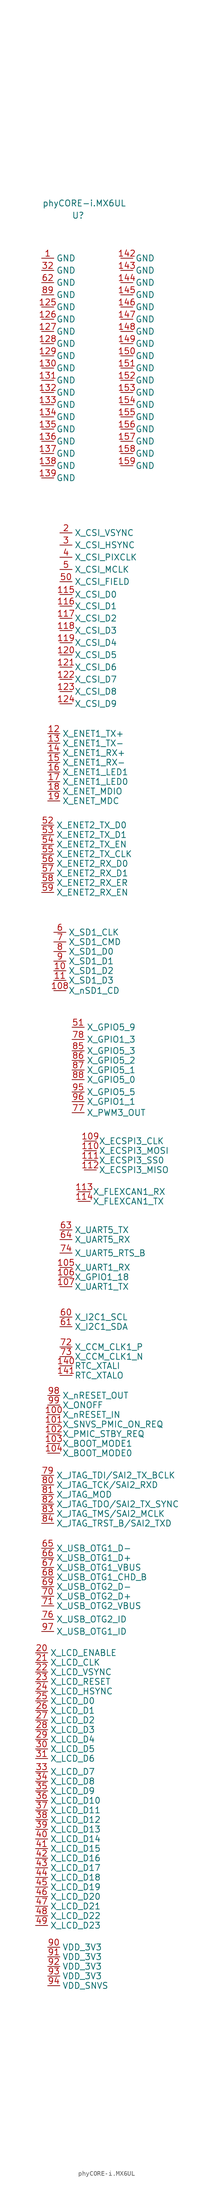
<source format=kicad_sym>
(kicad_symbol_lib
  (version 20211014)
  (generator kicad_symbol_editor)
  (symbol "phyCORE-i.MX6UL"
    (property "Reference" "U"
      (at 0 0 0)
      (effects (font (size 1.27 1.27))))
    (property "Value" "phyCORE-i.MX6UL"
      (at 1.27 2.54 0)
      (effects (font (size 1.27 1.27))))
    (property "ki_locked" ""
      (at 0 0 0)
      (effects (font (size 1.27 1.27))))
    (symbol "phyCORE-i.MX6UL_0_0"
      (pin power_in line (at -7.62 -8.89 0) (length 2.54) (name "GND" (effects (font (size 1.27 1.27)))) (number "1" (effects (font (size 1.27 1.27)))))
      (pin bidirectional line (at -5.08 -157.16 0) (length 2.54) (name "X_SD1_D2" (effects (font (size 1.27 1.27)))) (number "10" (effects (font (size 1.27 1.27)))))
      (pin input line (at -6.35 -249.53 0) (length 2.54) (name "X_nRESET_IN" (effects (font (size 1.27 1.27)))) (number "100" (effects (font (size 1.27 1.27)))))
      (pin output line (at -6.35 -251.53 0) (length 2.54) (name "X_SNVS_PMIC_ON_REQ" (effects (font (size 1.27 1.27)))) (number "101" (effects (font (size 1.27 1.27)))))
      (pin output line (at -6.35 -253.53 0) (length 2.54) (name "X_PMIC_STBY_REQ" (effects (font (size 1.27 1.27)))) (number "102" (effects (font (size 1.27 1.27)))))
      (pin input line (at -6.35 -255.53 0) (length 2.54) (name "X_BOOT_MODE1" (effects (font (size 1.27 1.27)))) (number "103" (effects (font (size 1.27 1.27)))))
      (pin input line (at -6.35 -257.53 0) (length 2.54) (name "X_BOOT_MODE0" (effects (font (size 1.27 1.27)))) (number "104" (effects (font (size 1.27 1.27)))))
      (pin input line (at -3.81 -218.89 0) (length 2.54) (name "X_UART1_RX" (effects (font (size 1.27 1.27)))) (number "105" (effects (font (size 1.27 1.27)))))
      (pin output line (at -3.81 -220.89 0) (length 2.54) (name "X_GPIO1_18" (effects (font (size 1.27 1.27)))) (number "106" (effects (font (size 1.27 1.27)))))
      (pin output line (at -3.81 -222.89 0) (length 2.54) (name "X_UART1_TX" (effects (font (size 1.27 1.27)))) (number "107" (effects (font (size 1.27 1.27)))))
      (pin input line (at -5.08 -161.29 0) (length 2.54) (name "X_nSD1_CD" (effects (font (size 1.27 1.27)))) (number "108" (effects (font (size 1.27 1.27)))))
      (pin bidirectional line (at 1.27 -192.6 0) (length 2.54) (name "X_ECSPI3_CLK" (effects (font (size 1.27 1.27)))) (number "109" (effects (font (size 1.27 1.27)))))
      (pin bidirectional line (at -5.08 -159.16 0) (length 2.54) (name "X_SD1_D3" (effects (font (size 1.27 1.27)))) (number "11" (effects (font (size 1.27 1.27)))))
      (pin bidirectional line (at 1.27 -194.6 0) (length 2.54) (name "X_ECSPI3_MOSI" (effects (font (size 1.27 1.27)))) (number "110" (effects (font (size 1.27 1.27)))))
      (pin bidirectional line (at 1.27 -196.6 0) (length 2.54) (name "X_ECSPI3_SS0" (effects (font (size 1.27 1.27)))) (number "111" (effects (font (size 1.27 1.27)))))
      (pin bidirectional line (at 1.27 -198.6 0) (length 2.54) (name "X_ECSPI3_MISO" (effects (font (size 1.27 1.27)))) (number "112" (effects (font (size 1.27 1.27)))))
      (pin input line (at 0 -203.14 0) (length 2.54) (name "X_FLEXCAN1_RX" (effects (font (size 1.27 1.27)))) (number "113" (effects (font (size 1.27 1.27)))))
      (pin output line (at 0 -205.14 0) (length 2.54) (name "X_FLEXCAN1_TX" (effects (font (size 1.27 1.27)))) (number "114" (effects (font (size 1.27 1.27)))))
      (pin input line (at -3.81 -78.87 0) (length 2.54) (name "X_CSI_D0" (effects (font (size 1.27 1.27)))) (number "115" (effects (font (size 1.27 1.27)))))
      (pin input line (at -3.81 -81.28 0) (length 2.54) (name "X_CSI_D1" (effects (font (size 1.27 1.27)))) (number "116" (effects (font (size 1.27 1.27)))))
      (pin input line (at -3.81 -83.82 0) (length 2.54) (name "X_CSI_D2" (effects (font (size 1.27 1.27)))) (number "117" (effects (font (size 1.27 1.27)))))
      (pin input line (at -3.81 -86.36 0) (length 2.54) (name "X_CSI_D3" (effects (font (size 1.27 1.27)))) (number "118" (effects (font (size 1.27 1.27)))))
      (pin input line (at -3.81 -88.9 0) (length 2.54) (name "X_CSI_D4" (effects (font (size 1.27 1.27)))) (number "119" (effects (font (size 1.27 1.27)))))
      (pin output line (at -6.35 -107.82 0) (length 2.54) (name "X_ENET1_TX+" (effects (font (size 1.27 1.27)))) (number "12" (effects (font (size 1.27 1.27)))))
      (pin input line (at -3.81 -91.44 0) (length 2.54) (name "X_CSI_D5" (effects (font (size 1.27 1.27)))) (number "120" (effects (font (size 1.27 1.27)))))
      (pin input line (at -3.81 -93.98 0) (length 2.54) (name "X_CSI_D6" (effects (font (size 1.27 1.27)))) (number "121" (effects (font (size 1.27 1.27)))))
      (pin input line (at -3.81 -96.52 0) (length 2.54) (name "X_CSI_D7" (effects (font (size 1.27 1.27)))) (number "122" (effects (font (size 1.27 1.27)))))
      (pin input line (at -3.81 -99.06 0) (length 2.54) (name "X_CSI_D8" (effects (font (size 1.27 1.27)))) (number "123" (effects (font (size 1.27 1.27)))))
      (pin input line (at -3.81 -101.6 0) (length 2.54) (name "X_CSI_D9" (effects (font (size 1.27 1.27)))) (number "124" (effects (font (size 1.27 1.27)))))
      (pin power_in line (at -7.62 -19.05 0) (length 2.54) (name "GND" (effects (font (size 1.27 1.27)))) (number "125" (effects (font (size 1.27 1.27)))))
      (pin power_in line (at -7.62 -21.59 0) (length 2.54) (name "GND" (effects (font (size 1.27 1.27)))) (number "126" (effects (font (size 1.27 1.27)))))
      (pin power_in line (at -7.62 -24.13 0) (length 2.54) (name "GND" (effects (font (size 1.27 1.27)))) (number "127" (effects (font (size 1.27 1.27)))))
      (pin power_in line (at -7.62 -26.67 0) (length 2.54) (name "GND" (effects (font (size 1.27 1.27)))) (number "128" (effects (font (size 1.27 1.27)))))
      (pin power_in line (at -7.62 -29.21 0) (length 2.54) (name "GND" (effects (font (size 1.27 1.27)))) (number "129" (effects (font (size 1.27 1.27)))))
      (pin output line (at -6.35 -109.82 0) (length 2.54) (name "X_ENET1_TX-" (effects (font (size 1.27 1.27)))) (number "13" (effects (font (size 1.27 1.27)))))
      (pin power_in line (at -7.62 -31.75 0) (length 2.54) (name "GND" (effects (font (size 1.27 1.27)))) (number "130" (effects (font (size 1.27 1.27)))))
      (pin power_in line (at -7.62 -34.29 0) (length 2.54) (name "GND" (effects (font (size 1.27 1.27)))) (number "131" (effects (font (size 1.27 1.27)))))
      (pin power_in line (at -7.62 -36.83 0) (length 2.54) (name "GND" (effects (font (size 1.27 1.27)))) (number "132" (effects (font (size 1.27 1.27)))))
      (pin power_in line (at -7.62 -39.37 0) (length 2.54) (name "GND" (effects (font (size 1.27 1.27)))) (number "133" (effects (font (size 1.27 1.27)))))
      (pin power_in line (at -7.62 -41.91 0) (length 2.54) (name "GND" (effects (font (size 1.27 1.27)))) (number "134" (effects (font (size 1.27 1.27)))))
      (pin power_in line (at -7.62 -44.45 0) (length 2.54) (name "GND" (effects (font (size 1.27 1.27)))) (number "135" (effects (font (size 1.27 1.27)))))
      (pin power_in line (at -7.62 -46.99 0) (length 2.54) (name "GND" (effects (font (size 1.27 1.27)))) (number "136" (effects (font (size 1.27 1.27)))))
      (pin power_in line (at -7.62 -49.53 0) (length 2.54) (name "GND" (effects (font (size 1.27 1.27)))) (number "137" (effects (font (size 1.27 1.27)))))
      (pin power_in line (at -7.62 -52.07 0) (length 2.54) (name "GND" (effects (font (size 1.27 1.27)))) (number "138" (effects (font (size 1.27 1.27)))))
      (pin power_in line (at -7.62 -54.61 0) (length 2.54) (name "GND" (effects (font (size 1.27 1.27)))) (number "139" (effects (font (size 1.27 1.27)))))
      (pin input line (at -6.35 -111.82 0) (length 2.54) (name "X_ENET1_RX+" (effects (font (size 1.27 1.27)))) (number "14" (effects (font (size 1.27 1.27)))))
      (pin unspecified line (at -3.81 -239.36 0) (length 2.54) (name "RTC_XTALI" (effects (font (size 1.27 1.27)))) (number "140" (effects (font (size 1.27 1.27)))))
      (pin unspecified line (at -3.81 -241.36 0) (length 2.54) (name "RTC_XTALO" (effects (font (size 1.27 1.27)))) (number "141" (effects (font (size 1.27 1.27)))))
      (pin power_in line (at 8.89 -8.89 0) (length 2.54) (name "GND" (effects (font (size 1.27 1.27)))) (number "142" (effects (font (size 1.27 1.27)))))
      (pin power_in line (at 8.89 -11.43 0) (length 2.54) (name "GND" (effects (font (size 1.27 1.27)))) (number "143" (effects (font (size 1.27 1.27)))))
      (pin power_in line (at 8.89 -13.97 0) (length 2.54) (name "GND" (effects (font (size 1.27 1.27)))) (number "144" (effects (font (size 1.27 1.27)))))
      (pin power_in line (at 8.89 -16.51 0) (length 2.54) (name "GND" (effects (font (size 1.27 1.27)))) (number "145" (effects (font (size 1.27 1.27)))))
      (pin power_in line (at 8.89 -19.05 0) (length 2.54) (name "GND" (effects (font (size 1.27 1.27)))) (number "146" (effects (font (size 1.27 1.27)))))
      (pin power_in line (at 8.89 -21.59 0) (length 2.54) (name "GND" (effects (font (size 1.27 1.27)))) (number "147" (effects (font (size 1.27 1.27)))))
      (pin power_in line (at 8.89 -24.13 0) (length 2.54) (name "GND" (effects (font (size 1.27 1.27)))) (number "148" (effects (font (size 1.27 1.27)))))
      (pin power_in line (at 8.89 -26.67 0) (length 2.54) (name "GND" (effects (font (size 1.27 1.27)))) (number "149" (effects (font (size 1.27 1.27)))))
      (pin input line (at -6.35 -113.82 0) (length 2.54) (name "X_ENET1_RX-" (effects (font (size 1.27 1.27)))) (number "15" (effects (font (size 1.27 1.27)))))
      (pin power_in line (at 8.89 -29.21 0) (length 2.54) (name "GND" (effects (font (size 1.27 1.27)))) (number "150" (effects (font (size 1.27 1.27)))))
      (pin power_in line (at 8.89 -31.75 0) (length 2.54) (name "GND" (effects (font (size 1.27 1.27)))) (number "151" (effects (font (size 1.27 1.27)))))
      (pin power_in line (at 8.89 -34.29 0) (length 2.54) (name "GND" (effects (font (size 1.27 1.27)))) (number "152" (effects (font (size 1.27 1.27)))))
      (pin power_in line (at 8.89 -36.83 0) (length 2.54) (name "GND" (effects (font (size 1.27 1.27)))) (number "153" (effects (font (size 1.27 1.27)))))
      (pin power_in line (at 8.89 -39.37 0) (length 2.54) (name "GND" (effects (font (size 1.27 1.27)))) (number "154" (effects (font (size 1.27 1.27)))))
      (pin power_in line (at 8.89 -41.91 0) (length 2.54) (name "GND" (effects (font (size 1.27 1.27)))) (number "155" (effects (font (size 1.27 1.27)))))
      (pin power_in line (at 8.89 -44.45 0) (length 2.54) (name "GND" (effects (font (size 1.27 1.27)))) (number "156" (effects (font (size 1.27 1.27)))))
      (pin power_in line (at 8.89 -46.99 0) (length 2.54) (name "GND" (effects (font (size 1.27 1.27)))) (number "157" (effects (font (size 1.27 1.27)))))
      (pin power_in line (at 8.89 -49.53 0) (length 2.54) (name "GND" (effects (font (size 1.27 1.27)))) (number "158" (effects (font (size 1.27 1.27)))))
      (pin power_in line (at 8.89 -52.07 0) (length 2.54) (name "GND" (effects (font (size 1.27 1.27)))) (number "159" (effects (font (size 1.27 1.27)))))
      (pin bidirectional line (at -6.35 -115.82 0) (length 2.54) (name "X_ENET1_LED1" (effects (font (size 1.27 1.27)))) (number "16" (effects (font (size 1.27 1.27)))))
      (pin bidirectional line (at -6.35 -117.82 0) (length 2.54) (name "X_ENET1_LED0" (effects (font (size 1.27 1.27)))) (number "17" (effects (font (size 1.27 1.27)))))
      (pin bidirectional line (at -6.35 -119.82 0) (length 2.54) (name "X_ENET_MDIO" (effects (font (size 1.27 1.27)))) (number "18" (effects (font (size 1.27 1.27)))))
      (pin output line (at -6.35 -121.82 0) (length 2.54) (name "X_ENET_MDC" (effects (font (size 1.27 1.27)))) (number "19" (effects (font (size 1.27 1.27)))))
      (pin input line (at -3.81 -66.04 0) (length 2.54) (name "X_CSI_VSYNC" (effects (font (size 1.27 1.27)))) (number "2" (effects (font (size 1.27 1.27)))))
      (pin output line (at -8.89 -299.08 0) (length 2.54) (name "X_LCD_ENABLE" (effects (font (size 1.27 1.27)))) (number "20" (effects (font (size 1.27 1.27)))))
      (pin output line (at -8.89 -301.08 0) (length 2.54) (name "X_LCD_CLK" (effects (font (size 1.27 1.27)))) (number "21" (effects (font (size 1.27 1.27)))))
      (pin output line (at -8.89 -303.08 0) (length 2.54) (name "X_LCD_VSYNC" (effects (font (size 1.27 1.27)))) (number "22" (effects (font (size 1.27 1.27)))))
      (pin output line (at -8.89 -305.08 0) (length 2.54) (name "X_LCD_RESET" (effects (font (size 1.27 1.27)))) (number "23" (effects (font (size 1.27 1.27)))))
      (pin output line (at -8.89 -307.08 0) (length 2.54) (name "X_LCD_HSYNC" (effects (font (size 1.27 1.27)))) (number "24" (effects (font (size 1.27 1.27)))))
      (pin output line (at -8.89 -309.08 0) (length 2.54) (name "X_LCD_D0" (effects (font (size 1.27 1.27)))) (number "25" (effects (font (size 1.27 1.27)))))
      (pin output line (at -8.89 -311.08 0) (length 2.54) (name "X_LCD_D1" (effects (font (size 1.27 1.27)))) (number "26" (effects (font (size 1.27 1.27)))))
      (pin output line (at -8.89 -313.08 0) (length 2.54) (name "X_LCD_D2" (effects (font (size 1.27 1.27)))) (number "27" (effects (font (size 1.27 1.27)))))
      (pin output line (at -8.89 -315.08 0) (length 2.54) (name "X_LCD_D3" (effects (font (size 1.27 1.27)))) (number "28" (effects (font (size 1.27 1.27)))))
      (pin output line (at -8.89 -317.08 0) (length 2.54) (name "X_LCD_D4" (effects (font (size 1.27 1.27)))) (number "29" (effects (font (size 1.27 1.27)))))
      (pin input line (at -3.81 -68.58 0) (length 2.54) (name "X_CSI_HSYNC" (effects (font (size 1.27 1.27)))) (number "3" (effects (font (size 1.27 1.27)))))
      (pin output line (at -8.89 -319.08 0) (length 2.54) (name "X_LCD_D5" (effects (font (size 1.27 1.27)))) (number "30" (effects (font (size 1.27 1.27)))))
      (pin output line (at -8.89 -321.08 0) (length 2.54) (name "X_LCD_D6" (effects (font (size 1.27 1.27)))) (number "31" (effects (font (size 1.27 1.27)))))
      (pin power_in line (at -7.62 -11.43 0) (length 2.54) (name "GND" (effects (font (size 1.27 1.27)))) (number "32" (effects (font (size 1.27 1.27)))))
      (pin output line (at -8.89 -323.81 0) (length 2.54) (name "X_LCD_D7" (effects (font (size 1.27 1.27)))) (number "33" (effects (font (size 1.27 1.27)))))
      (pin output line (at -8.89 -325.81 0) (length 2.54) (name "X_LCD_D8" (effects (font (size 1.27 1.27)))) (number "34" (effects (font (size 1.27 1.27)))))
      (pin output line (at -8.89 -327.81 0) (length 2.54) (name "X_LCD_D9" (effects (font (size 1.27 1.27)))) (number "35" (effects (font (size 1.27 1.27)))))
      (pin output line (at -8.89 -329.81 0) (length 2.54) (name "X_LCD_D10" (effects (font (size 1.27 1.27)))) (number "36" (effects (font (size 1.27 1.27)))))
      (pin output line (at -8.89 -331.81 0) (length 2.54) (name "X_LCD_D11" (effects (font (size 1.27 1.27)))) (number "37" (effects (font (size 1.27 1.27)))))
      (pin output line (at -8.89 -333.81 0) (length 2.54) (name "X_LCD_D12" (effects (font (size 1.27 1.27)))) (number "38" (effects (font (size 1.27 1.27)))))
      (pin output line (at -8.89 -335.81 0) (length 2.54) (name "X_LCD_D13" (effects (font (size 1.27 1.27)))) (number "39" (effects (font (size 1.27 1.27)))))
      (pin input line (at -3.81 -71.12 0) (length 2.54) (name "X_CSI_PIXCLK" (effects (font (size 1.27 1.27)))) (number "4" (effects (font (size 1.27 1.27)))))
      (pin output line (at -8.89 -337.81 0) (length 2.54) (name "X_LCD_D14" (effects (font (size 1.27 1.27)))) (number "40" (effects (font (size 1.27 1.27)))))
      (pin output line (at -8.89 -339.81 0) (length 2.54) (name "X_LCD_D15" (effects (font (size 1.27 1.27)))) (number "41" (effects (font (size 1.27 1.27)))))
      (pin output line (at -8.89 -341.81 0) (length 2.54) (name "X_LCD_D16" (effects (font (size 1.27 1.27)))) (number "42" (effects (font (size 1.27 1.27)))))
      (pin output line (at -8.89 -343.81 0) (length 2.54) (name "X_LCD_D17" (effects (font (size 1.27 1.27)))) (number "43" (effects (font (size 1.27 1.27)))))
      (pin output line (at -8.89 -345.81 0) (length 2.54) (name "X_LCD_D18" (effects (font (size 1.27 1.27)))) (number "44" (effects (font (size 1.27 1.27)))))
      (pin output line (at -8.89 -347.81 0) (length 2.54) (name "X_LCD_D19" (effects (font (size 1.27 1.27)))) (number "45" (effects (font (size 1.27 1.27)))))
      (pin output line (at -8.89 -349.81 0) (length 2.54) (name "X_LCD_D20" (effects (font (size 1.27 1.27)))) (number "46" (effects (font (size 1.27 1.27)))))
      (pin output line (at -8.89 -351.81 0) (length 2.54) (name "X_LCD_D21" (effects (font (size 1.27 1.27)))) (number "47" (effects (font (size 1.27 1.27)))))
      (pin output line (at -8.89 -353.81 0) (length 2.54) (name "X_LCD_D22" (effects (font (size 1.27 1.27)))) (number "48" (effects (font (size 1.27 1.27)))))
      (pin output line (at -8.89 -355.81 0) (length 2.54) (name "X_LCD_D23" (effects (font (size 1.27 1.27)))) (number "49" (effects (font (size 1.27 1.27)))))
      (pin output line (at -3.81 -73.66 0) (length 2.54) (name "X_CSI_MCLK" (effects (font (size 1.27 1.27)))) (number "5" (effects (font (size 1.27 1.27)))))
      (pin input line (at -3.81 -76.2 0) (length 2.54) (name "X_CSI_FIELD" (effects (font (size 1.27 1.27)))) (number "50" (effects (font (size 1.27 1.27)))))
      (pin bidirectional line (at -1.27 -168.91 0) (length 2.54) (name "X_GPIO5_9" (effects (font (size 1.27 1.27)))) (number "51" (effects (font (size 1.27 1.27)))))
      (pin output line (at -7.62 -126.86 0) (length 2.54) (name "X_ENET2_TX_D0" (effects (font (size 1.27 1.27)))) (number "52" (effects (font (size 1.27 1.27)))))
      (pin output line (at -7.62 -128.86 0) (length 2.54) (name "X_ENET2_TX_D1" (effects (font (size 1.27 1.27)))) (number "53" (effects (font (size 1.27 1.27)))))
      (pin output line (at -7.62 -130.86 0) (length 2.54) (name "X_ENET2_TX_EN" (effects (font (size 1.27 1.27)))) (number "54" (effects (font (size 1.27 1.27)))))
      (pin output line (at -7.62 -132.86 0) (length 2.54) (name "X_ENET2_TX_CLK" (effects (font (size 1.27 1.27)))) (number "55" (effects (font (size 1.27 1.27)))))
      (pin input line (at -7.62 -134.86 0) (length 2.54) (name "X_ENET2_RX_D0" (effects (font (size 1.27 1.27)))) (number "56" (effects (font (size 1.27 1.27)))))
      (pin input line (at -7.62 -136.86 0) (length 2.54) (name "X_ENET2_RX_D1" (effects (font (size 1.27 1.27)))) (number "57" (effects (font (size 1.27 1.27)))))
      (pin input line (at -7.62 -138.86 0) (length 2.54) (name "X_ENET2_RX_ER" (effects (font (size 1.27 1.27)))) (number "58" (effects (font (size 1.27 1.27)))))
      (pin input line (at -7.62 -140.86 0) (length 2.54) (name "X_ENET2_RX_EN" (effects (font (size 1.27 1.27)))) (number "59" (effects (font (size 1.27 1.27)))))
      (pin output line (at -5.08 -149.16 0) (length 2.54) (name "X_SD1_CLK" (effects (font (size 1.27 1.27)))) (number "6" (effects (font (size 1.27 1.27)))))
      (pin bidirectional line (at -3.81 -229.22 0) (length 2.54) (name "X_I2C1_SCL" (effects (font (size 1.27 1.27)))) (number "60" (effects (font (size 1.27 1.27)))))
      (pin bidirectional line (at -3.81 -231.22 0) (length 2.54) (name "X_I2C1_SDA" (effects (font (size 1.27 1.27)))) (number "61" (effects (font (size 1.27 1.27)))))
      (pin power_in line (at -7.62 -13.97 0) (length 2.54) (name "GND" (effects (font (size 1.27 1.27)))) (number "62" (effects (font (size 1.27 1.27)))))
      (pin output line (at -3.81 -211.09 0) (length 2.54) (name "X_UART5_TX" (effects (font (size 1.27 1.27)))) (number "63" (effects (font (size 1.27 1.27)))))
      (pin input line (at -3.81 -213.09 0) (length 2.54) (name "X_UART5_RX" (effects (font (size 1.27 1.27)))) (number "64" (effects (font (size 1.27 1.27)))))
      (pin bidirectional line (at -7.62 -277.32 0) (length 2.54) (name "X_USB_OTG1_D-" (effects (font (size 1.27 1.27)))) (number "65" (effects (font (size 1.27 1.27)))))
      (pin bidirectional line (at -7.62 -279.32 0) (length 2.54) (name "X_USB_OTG1_D+" (effects (font (size 1.27 1.27)))) (number "66" (effects (font (size 1.27 1.27)))))
      (pin power_in line (at -7.62 -281.32 0) (length 2.54) (name "X_USB_OTG1_VBUS" (effects (font (size 1.27 1.27)))) (number "67" (effects (font (size 1.27 1.27)))))
      (pin unspecified line (at -7.62 -283.32 0) (length 2.54) (name "X_USB_OTG1_CHD_B" (effects (font (size 1.27 1.27)))) (number "68" (effects (font (size 1.27 1.27)))))
      (pin bidirectional line (at -7.62 -285.32 0) (length 2.54) (name "X_USB_OTG2_D-" (effects (font (size 1.27 1.27)))) (number "69" (effects (font (size 1.27 1.27)))))
      (pin bidirectional line (at -5.08 -151.16 0) (length 2.54) (name "X_SD1_CMD" (effects (font (size 1.27 1.27)))) (number "7" (effects (font (size 1.27 1.27)))))
      (pin bidirectional line (at -7.62 -287.32 0) (length 2.54) (name "X_USB_OTG2_D+" (effects (font (size 1.27 1.27)))) (number "70" (effects (font (size 1.27 1.27)))))
      (pin power_in line (at -7.62 -289.32 0) (length 2.54) (name "X_USB_OTG2_VBUS" (effects (font (size 1.27 1.27)))) (number "71" (effects (font (size 1.27 1.27)))))
      (pin bidirectional line (at -3.81 -235.44 0) (length 2.54) (name "X_CCM_CLK1_P" (effects (font (size 1.27 1.27)))) (number "72" (effects (font (size 1.27 1.27)))))
      (pin bidirectional line (at -3.81 -237.44 0) (length 2.54) (name "X_CCM_CLK1_N" (effects (font (size 1.27 1.27)))) (number "73" (effects (font (size 1.27 1.27)))))
      (pin input line (at -3.81 -215.9 0) (length 2.54) (name "X_UART5_RTS_B" (effects (font (size 1.27 1.27)))) (number "74" (effects (font (size 1.27 1.27)))))
      (pin input line (at -7.62 -292.1 0) (length 2.54) (name "X_USB_OTG2_ID" (effects (font (size 1.27 1.27)))) (number "76" (effects (font (size 1.27 1.27)))))
      (pin output line (at -1.27 -186.69 0) (length 2.54) (name "X_PWM3_OUT" (effects (font (size 1.27 1.27)))) (number "77" (effects (font (size 1.27 1.27)))))
      (pin input line (at -1.27 -171.45 0) (length 2.54) (name "X_GPIO1_3" (effects (font (size 1.27 1.27)))) (number "78" (effects (font (size 1.27 1.27)))))
      (pin output line (at -7.62 -262.14 0) (length 2.54) (name "X_JTAG_TDI/SAI2_TX_BCLK" (effects (font (size 1.27 1.27)))) (number "79" (effects (font (size 1.27 1.27)))))
      (pin bidirectional line (at -5.08 -153.16 0) (length 2.54) (name "X_SD1_D0" (effects (font (size 1.27 1.27)))) (number "8" (effects (font (size 1.27 1.27)))))
      (pin input line (at -7.62 -264.14 0) (length 2.54) (name "X_JTAG_TCK/SAI2_RXD" (effects (font (size 1.27 1.27)))) (number "80" (effects (font (size 1.27 1.27)))))
      (pin output line (at -7.62 -266.14 0) (length 2.54) (name "X_JTAG_MOD" (effects (font (size 1.27 1.27)))) (number "81" (effects (font (size 1.27 1.27)))))
      (pin output line (at -7.62 -268.14 0) (length 2.54) (name "X_JTAG_TDO/SAI2_TX_SYNC" (effects (font (size 1.27 1.27)))) (number "82" (effects (font (size 1.27 1.27)))))
      (pin output line (at -7.62 -270.14 0) (length 2.54) (name "X_JTAG_TMS/SAI2_MCLK" (effects (font (size 1.27 1.27)))) (number "83" (effects (font (size 1.27 1.27)))))
      (pin output line (at -7.62 -272.14 0) (length 2.54) (name "X_JTAG_TRST_B/SAI2_TXD" (effects (font (size 1.27 1.27)))) (number "84" (effects (font (size 1.27 1.27)))))
      (pin input line (at -1.27 -173.81 0) (length 2.54) (name "X_GPIO5_3" (effects (font (size 1.27 1.27)))) (number "85" (effects (font (size 1.27 1.27)))))
      (pin output line (at -1.27 -175.81 0) (length 2.54) (name "X_GPIO5_2" (effects (font (size 1.27 1.27)))) (number "86" (effects (font (size 1.27 1.27)))))
      (pin input line (at -1.27 -177.81 0) (length 2.54) (name "X_GPIO5_1" (effects (font (size 1.27 1.27)))) (number "87" (effects (font (size 1.27 1.27)))))
      (pin input line (at -1.27 -179.81 0) (length 2.54) (name "X_GPIO5_0" (effects (font (size 1.27 1.27)))) (number "88" (effects (font (size 1.27 1.27)))))
      (pin power_in line (at -7.62 -16.51 0) (length 2.54) (name "GND" (effects (font (size 1.27 1.27)))) (number "89" (effects (font (size 1.27 1.27)))))
      (pin bidirectional line (at -5.08 -155.16 0) (length 2.54) (name "X_SD1_D1" (effects (font (size 1.27 1.27)))) (number "9" (effects (font (size 1.27 1.27)))))
      (pin power_in line (at -6.35 -360.34 0) (length 2.54) (name "VDD_3V3" (effects (font (size 1.27 1.27)))) (number "90" (effects (font (size 1.27 1.27)))))
      (pin power_in line (at -6.35 -362.34 0) (length 2.54) (name "VDD_3V3" (effects (font (size 1.27 1.27)))) (number "91" (effects (font (size 1.27 1.27)))))
      (pin power_in line (at -6.35 -364.34 0) (length 2.54) (name "VDD_3V3" (effects (font (size 1.27 1.27)))) (number "92" (effects (font (size 1.27 1.27)))))
      (pin power_in line (at -6.35 -366.34 0) (length 2.54) (name "VDD_3V3" (effects (font (size 1.27 1.27)))) (number "93" (effects (font (size 1.27 1.27)))))
      (pin power_in line (at -6.35 -368.34 0) (length 2.54) (name "VDD_SNVS" (effects (font (size 1.27 1.27)))) (number "94" (effects (font (size 1.27 1.27)))))
      (pin bidirectional line (at -1.27 -182.38 0) (length 2.54) (name "X_GPIO5_5" (effects (font (size 1.27 1.27)))) (number "95" (effects (font (size 1.27 1.27)))))
      (pin bidirectional line (at -1.27 -184.38 0) (length 2.54) (name "X_GPIO1_1" (effects (font (size 1.27 1.27)))) (number "96" (effects (font (size 1.27 1.27)))))
      (pin input line (at -7.62 -294.64 0) (length 2.54) (name "X_USB_OTG1_ID" (effects (font (size 1.27 1.27)))) (number "97" (effects (font (size 1.27 1.27)))))
      (pin output line (at -6.35 -245.53 0) (length 2.54) (name "X_nRESET_OUT" (effects (font (size 1.27 1.27)))) (number "98" (effects (font (size 1.27 1.27)))))
      (pin input line (at -6.35 -247.53 0) (length 2.54) (name "X_ONOFF" (effects (font (size 1.27 1.27)))) (number "99" (effects (font (size 1.27 1.27))))))))
</source>
